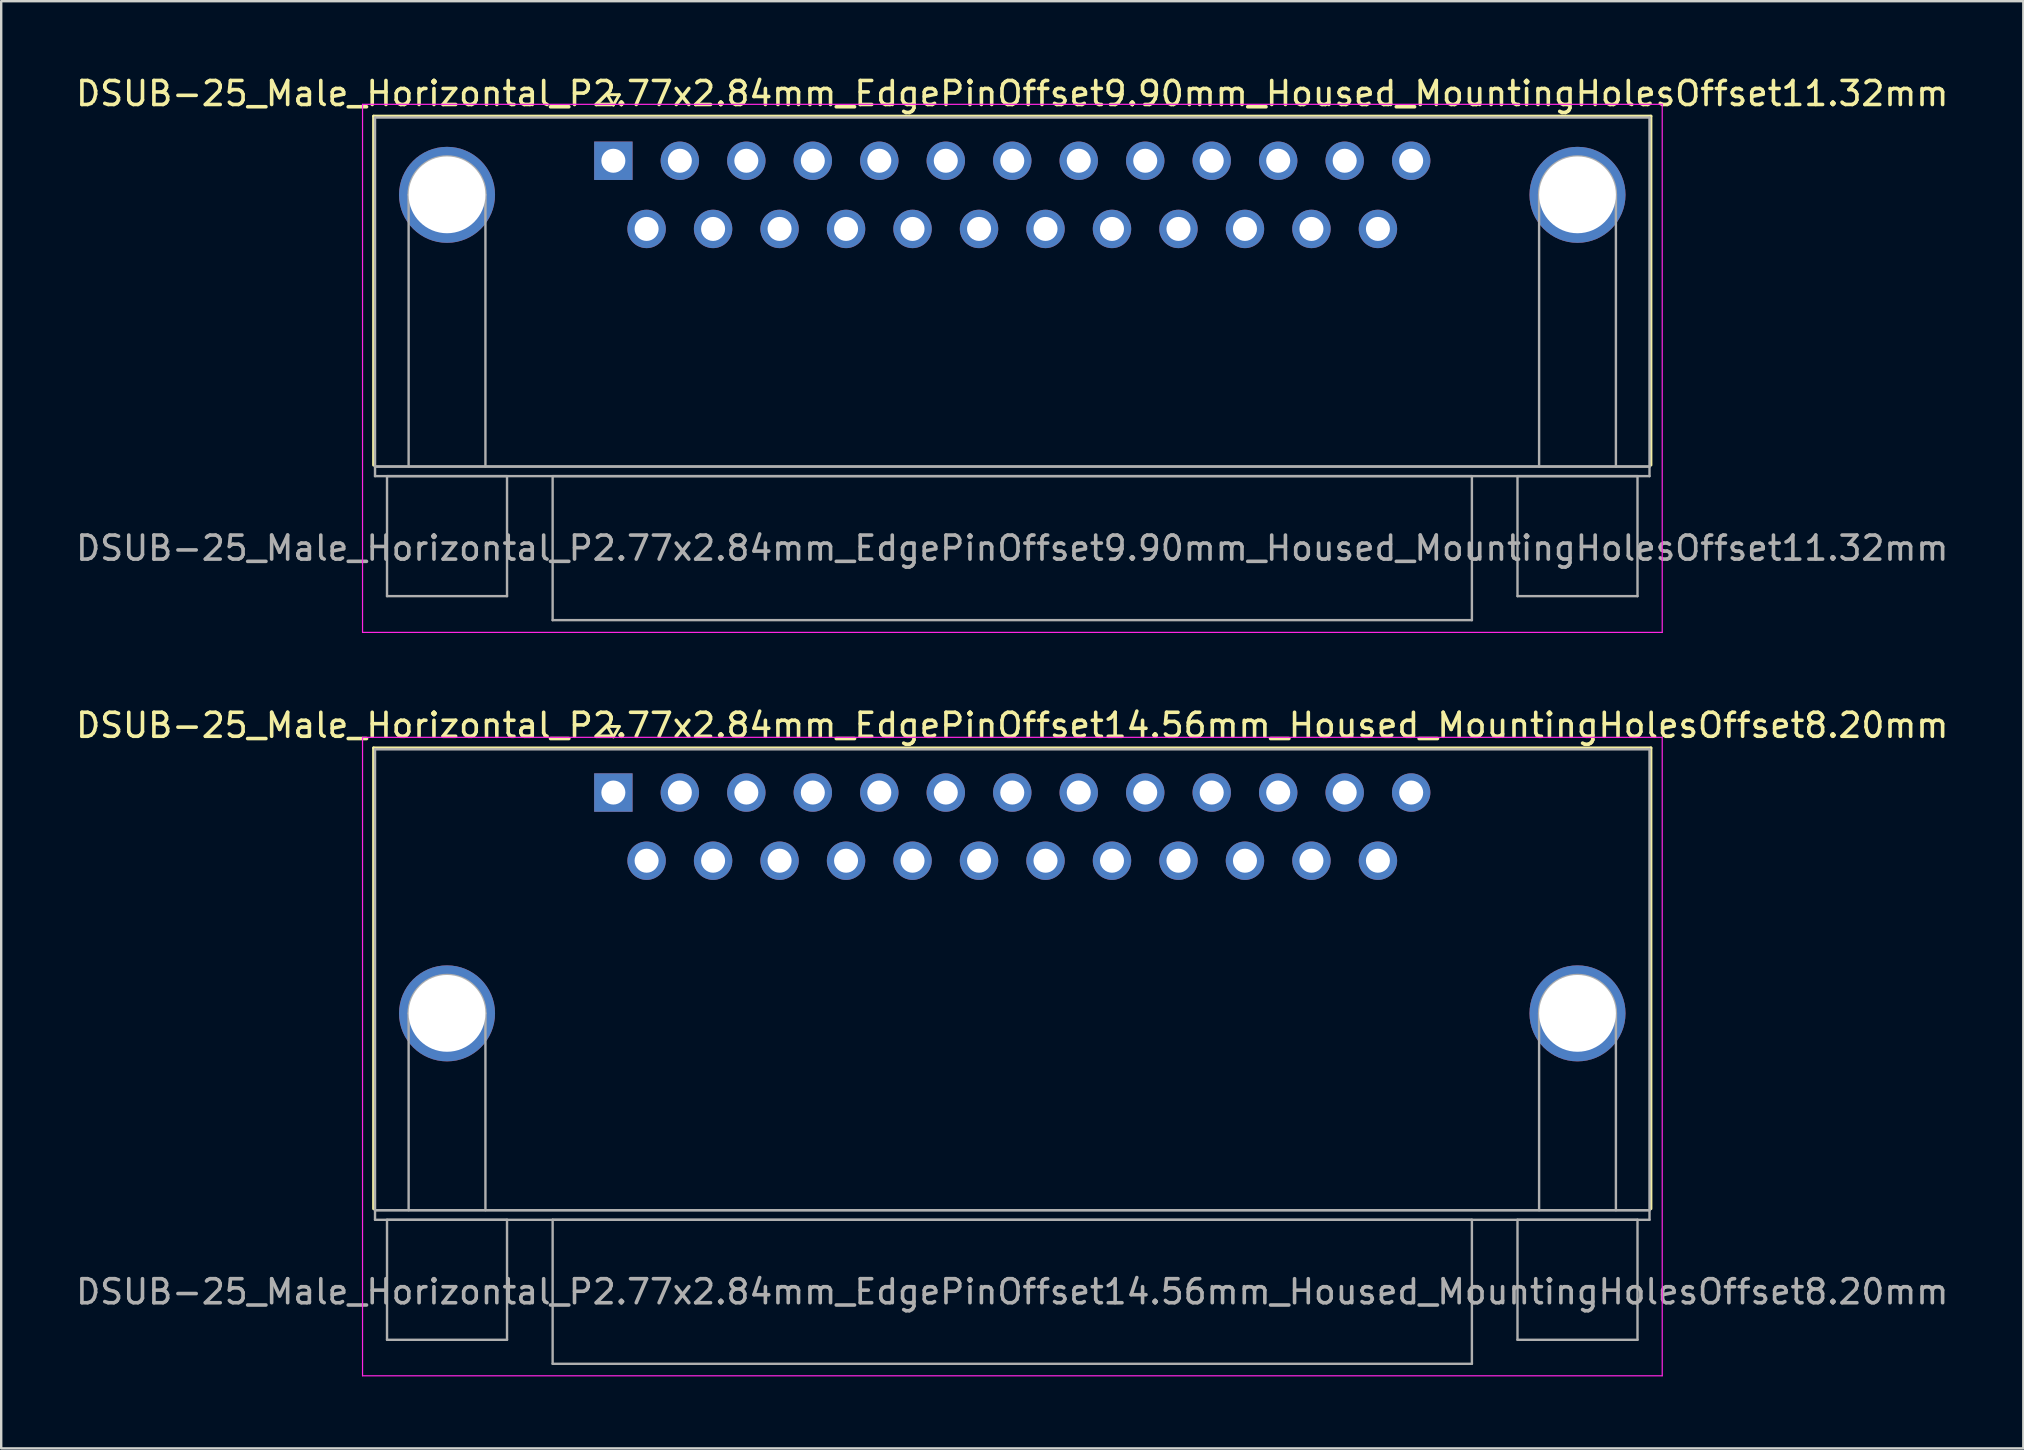
<source format=kicad_pcb>
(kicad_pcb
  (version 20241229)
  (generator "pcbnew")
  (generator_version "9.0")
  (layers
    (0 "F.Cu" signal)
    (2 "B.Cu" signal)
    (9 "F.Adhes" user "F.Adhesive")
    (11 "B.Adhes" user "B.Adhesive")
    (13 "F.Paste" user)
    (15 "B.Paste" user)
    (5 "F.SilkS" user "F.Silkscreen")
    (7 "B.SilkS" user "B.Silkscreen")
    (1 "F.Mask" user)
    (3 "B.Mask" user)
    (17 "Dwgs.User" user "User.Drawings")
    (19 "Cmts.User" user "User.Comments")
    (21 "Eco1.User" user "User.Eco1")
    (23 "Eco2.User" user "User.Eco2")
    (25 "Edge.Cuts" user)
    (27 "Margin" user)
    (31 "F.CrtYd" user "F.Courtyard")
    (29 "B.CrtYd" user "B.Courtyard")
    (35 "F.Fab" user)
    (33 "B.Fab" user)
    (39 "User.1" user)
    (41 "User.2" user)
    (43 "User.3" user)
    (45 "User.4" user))
  (footprint "DSUB-25_Male_Horizontal_P2.77x2.84mm_EdgePinOffset14.56mm_Housed_MountingHolesOffset8.20mm"
    (layer "F.Cu")
    (at 22.505 29.971)
    (property "Reference" "DSUB-25_Male_Horizontal_P2.77x2.84mm_EdgePinOffset14.56mm_Housed_MountingHolesOffset8.20mm" (at 16.62 -2.8 0) (layer "F.SilkS") (effects (font (size 1 1) (thickness 0.15))))
    (attr through_hole)
    (fp_line (start -9.99 -1.86) (end 43.23 -1.86) (stroke (width 0.12) (type solid)) (layer "F.SilkS"))
    (fp_line (start -9.99 17.34) (end -9.99 -1.86) (stroke (width 0.12) (type solid)) (layer "F.SilkS"))
    (fp_line (start -0.25 -2.754) (end 0.25 -2.754) (stroke (width 0.12) (type solid)) (layer "F.SilkS"))
    (fp_line (start 0 -2.321) (end -0.25 -2.754) (stroke (width 0.12) (type solid)) (layer "F.SilkS"))
    (fp_line (start 0.25 -2.754) (end 0 -2.321) (stroke (width 0.12) (type solid)) (layer "F.SilkS"))
    (fp_line (start 43.23 -1.86) (end 43.23 17.34) (stroke (width 0.12) (type solid)) (layer "F.SilkS"))
    (fp_line (start -10.45 -2.3) (end -10.45 24.3) (stroke (width 0.05) (type solid)) (layer "F.CrtYd"))
    (fp_line (start -10.45 24.3) (end 43.7 24.3) (stroke (width 0.05) (type solid)) (layer "F.CrtYd"))
    (fp_line (start 43.7 -2.3) (end -10.45 -2.3) (stroke (width 0.05) (type solid)) (layer "F.CrtYd"))
    (fp_line (start 43.7 24.3) (end 43.7 -2.3) (stroke (width 0.05) (type solid)) (layer "F.CrtYd"))
    (fp_line (start -9.93 -1.8) (end -9.93 17.4) (stroke (width 0.1) (type solid)) (layer "F.Fab"))
    (fp_line (start -9.93 17.4) (end -9.93 17.8) (stroke (width 0.1) (type solid)) (layer "F.Fab"))
    (fp_line (start -9.93 17.4) (end 43.17 17.4) (stroke (width 0.1) (type solid)) (layer "F.Fab"))
    (fp_line (start -9.93 17.8) (end 43.17 17.8) (stroke (width 0.1) (type solid)) (layer "F.Fab"))
    (fp_line (start -9.43 17.8) (end -9.43 22.8) (stroke (width 0.1) (type solid)) (layer "F.Fab"))
    (fp_line (start -9.43 22.8) (end -4.43 22.8) (stroke (width 0.1) (type solid)) (layer "F.Fab"))
    (fp_line (start -8.53 17.4) (end -8.53 9.2) (stroke (width 0.1) (type solid)) (layer "F.Fab"))
    (fp_line (start -5.33 17.4) (end -5.33 9.2) (stroke (width 0.1) (type solid)) (layer "F.Fab"))
    (fp_line (start -4.43 17.8) (end -9.43 17.8) (stroke (width 0.1) (type solid)) (layer "F.Fab"))
    (fp_line (start -4.43 22.8) (end -4.43 17.8) (stroke (width 0.1) (type solid)) (layer "F.Fab"))
    (fp_line (start -2.53 17.8) (end -2.53 23.8) (stroke (width 0.1) (type solid)) (layer "F.Fab"))
    (fp_line (start -2.53 23.8) (end 35.77 23.8) (stroke (width 0.1) (type solid)) (layer "F.Fab"))
    (fp_line (start 35.77 17.8) (end -2.53 17.8) (stroke (width 0.1) (type solid)) (layer "F.Fab"))
    (fp_line (start 35.77 23.8) (end 35.77 17.8) (stroke (width 0.1) (type solid)) (layer "F.Fab"))
    (fp_line (start 37.67 17.8) (end 37.67 22.8) (stroke (width 0.1) (type solid)) (layer "F.Fab"))
    (fp_line (start 37.67 22.8) (end 42.67 22.8) (stroke (width 0.1) (type solid)) (layer "F.Fab"))
    (fp_line (start 38.57 17.4) (end 38.57 9.2) (stroke (width 0.1) (type solid)) (layer "F.Fab"))
    (fp_line (start 41.77 17.4) (end 41.77 9.2) (stroke (width 0.1) (type solid)) (layer "F.Fab"))
    (fp_line (start 42.67 17.8) (end 37.67 17.8) (stroke (width 0.1) (type solid)) (layer "F.Fab"))
    (fp_line (start 42.67 22.8) (end 42.67 17.8) (stroke (width 0.1) (type solid)) (layer "F.Fab"))
    (fp_line (start 43.17 -1.8) (end -9.93 -1.8) (stroke (width 0.1) (type solid)) (layer "F.Fab"))
    (fp_line (start 43.17 17.4) (end -9.93 17.4) (stroke (width 0.1) (type solid)) (layer "F.Fab"))
    (fp_line (start 43.17 17.4) (end 43.17 -1.8) (stroke (width 0.1) (type solid)) (layer "F.Fab"))
    (fp_line (start 43.17 17.8) (end 43.17 17.4) (stroke (width 0.1) (type solid)) (layer "F.Fab"))
    (fp_arc (start -8.53 9.2) (mid -6.93 7.6) (end -5.33 9.2) (stroke (width 0.1) (type solid)) (layer "F.Fab"))
    (fp_arc (start 38.57 9.2) (mid 40.17 7.6) (end 41.77 9.2) (stroke (width 0.1) (type solid)) (layer "F.Fab"))
    (fp_text user "${REFERENCE}" (at 16.62 20.8 0) (layer "F.Fab") (effects (font (size 1 1) (thickness 0.15))))
    (pad "0" thru_hole circle (at -6.93 9.2) (size 4 4) (drill 3.2) (layers "*.Cu" "*.Mask"))
    (pad "0" thru_hole circle (at 40.17 9.2) (size 4 4) (drill 3.2) (layers "*.Cu" "*.Mask"))
    (pad "1" thru_hole rect (at 0 0) (size 1.6 1.6) (drill 1) (layers "*.Cu" "*.Mask"))
    (pad "2" thru_hole circle (at 2.77 0) (size 1.6 1.6) (drill 1) (layers "*.Cu" "*.Mask"))
    (pad "3" thru_hole circle (at 5.54 0) (size 1.6 1.6) (drill 1) (layers "*.Cu" "*.Mask"))
    (pad "4" thru_hole circle (at 8.31 0) (size 1.6 1.6) (drill 1) (layers "*.Cu" "*.Mask"))
    (pad "5" thru_hole circle (at 11.08 0) (size 1.6 1.6) (drill 1) (layers "*.Cu" "*.Mask"))
    (pad "6" thru_hole circle (at 13.85 0) (size 1.6 1.6) (drill 1) (layers "*.Cu" "*.Mask"))
    (pad "7" thru_hole circle (at 16.62 0) (size 1.6 1.6) (drill 1) (layers "*.Cu" "*.Mask"))
    (pad "8" thru_hole circle (at 19.39 0) (size 1.6 1.6) (drill 1) (layers "*.Cu" "*.Mask"))
    (pad "9" thru_hole circle (at 22.16 0) (size 1.6 1.6) (drill 1) (layers "*.Cu" "*.Mask"))
    (pad "10" thru_hole circle (at 24.93 0) (size 1.6 1.6) (drill 1) (layers "*.Cu" "*.Mask"))
    (pad "11" thru_hole circle (at 27.7 0) (size 1.6 1.6) (drill 1) (layers "*.Cu" "*.Mask"))
    (pad "12" thru_hole circle (at 30.47 0) (size 1.6 1.6) (drill 1) (layers "*.Cu" "*.Mask"))
    (pad "13" thru_hole circle (at 33.24 0) (size 1.6 1.6) (drill 1) (layers "*.Cu" "*.Mask"))
    (pad "14" thru_hole circle (at 1.385 2.84) (size 1.6 1.6) (drill 1) (layers "*.Cu" "*.Mask"))
    (pad "15" thru_hole circle (at 4.155 2.84) (size 1.6 1.6) (drill 1) (layers "*.Cu" "*.Mask"))
    (pad "16" thru_hole circle (at 6.925 2.84) (size 1.6 1.6) (drill 1) (layers "*.Cu" "*.Mask"))
    (pad "17" thru_hole circle (at 9.695 2.84) (size 1.6 1.6) (drill 1) (layers "*.Cu" "*.Mask"))
    (pad "18" thru_hole circle (at 12.465 2.84) (size 1.6 1.6) (drill 1) (layers "*.Cu" "*.Mask"))
    (pad "19" thru_hole circle (at 15.235 2.84) (size 1.6 1.6) (drill 1) (layers "*.Cu" "*.Mask"))
    (pad "20" thru_hole circle (at 18.005 2.84) (size 1.6 1.6) (drill 1) (layers "*.Cu" "*.Mask"))
    (pad "21" thru_hole circle (at 20.775 2.84) (size 1.6 1.6) (drill 1) (layers "*.Cu" "*.Mask"))
    (pad "22" thru_hole circle (at 23.545 2.84) (size 1.6 1.6) (drill 1) (layers "*.Cu" "*.Mask"))
    (pad "23" thru_hole circle (at 26.315 2.84) (size 1.6 1.6) (drill 1) (layers "*.Cu" "*.Mask"))
    (pad "24" thru_hole circle (at 29.085 2.84) (size 1.6 1.6) (drill 1) (layers "*.Cu" "*.Mask"))
    (pad "25" thru_hole circle (at 31.855 2.84) (size 1.6 1.6) (drill 1) (layers "*.Cu" "*.Mask")))
  (footprint "DSUB-25_Male_Horizontal_P2.77x2.84mm_EdgePinOffset9.90mm_Housed_MountingHolesOffset11.32mm"
    (layer "F.Cu")
    (at 22.505 3.648)
    (property "Reference" "DSUB-25_Male_Horizontal_P2.77x2.84mm_EdgePinOffset9.90mm_Housed_MountingHolesOffset11.32mm" (at 16.62 -2.8 0) (layer "F.SilkS") (effects (font (size 1 1) (thickness 0.15))))
    (attr through_hole)
    (fp_line (start -9.99 -1.86) (end 43.23 -1.86) (stroke (width 0.12) (type solid)) (layer "F.SilkS"))
    (fp_line (start -9.99 12.68) (end -9.99 -1.86) (stroke (width 0.12) (type solid)) (layer "F.SilkS"))
    (fp_line (start -0.25 -2.754) (end 0.25 -2.754) (stroke (width 0.12) (type solid)) (layer "F.SilkS"))
    (fp_line (start 0 -2.321) (end -0.25 -2.754) (stroke (width 0.12) (type solid)) (layer "F.SilkS"))
    (fp_line (start 0.25 -2.754) (end 0 -2.321) (stroke (width 0.12) (type solid)) (layer "F.SilkS"))
    (fp_line (start 43.23 -1.86) (end 43.23 12.68) (stroke (width 0.12) (type solid)) (layer "F.SilkS"))
    (fp_line (start -10.45 -2.35) (end -10.45 19.65) (stroke (width 0.05) (type solid)) (layer "F.CrtYd"))
    (fp_line (start -10.45 19.65) (end 43.7 19.65) (stroke (width 0.05) (type solid)) (layer "F.CrtYd"))
    (fp_line (start 43.7 -2.35) (end -10.45 -2.35) (stroke (width 0.05) (type solid)) (layer "F.CrtYd"))
    (fp_line (start 43.7 19.65) (end 43.7 -2.35) (stroke (width 0.05) (type solid)) (layer "F.CrtYd"))
    (fp_line (start -9.93 -1.8) (end -9.93 12.74) (stroke (width 0.1) (type solid)) (layer "F.Fab"))
    (fp_line (start -9.93 12.74) (end -9.93 13.14) (stroke (width 0.1) (type solid)) (layer "F.Fab"))
    (fp_line (start -9.93 12.74) (end 43.17 12.74) (stroke (width 0.1) (type solid)) (layer "F.Fab"))
    (fp_line (start -9.93 13.14) (end 43.17 13.14) (stroke (width 0.1) (type solid)) (layer "F.Fab"))
    (fp_line (start -9.43 13.14) (end -9.43 18.14) (stroke (width 0.1) (type solid)) (layer "F.Fab"))
    (fp_line (start -9.43 18.14) (end -4.43 18.14) (stroke (width 0.1) (type solid)) (layer "F.Fab"))
    (fp_line (start -8.53 12.74) (end -8.53 1.42) (stroke (width 0.1) (type solid)) (layer "F.Fab"))
    (fp_line (start -5.33 12.74) (end -5.33 1.42) (stroke (width 0.1) (type solid)) (layer "F.Fab"))
    (fp_line (start -4.43 13.14) (end -9.43 13.14) (stroke (width 0.1) (type solid)) (layer "F.Fab"))
    (fp_line (start -4.43 18.14) (end -4.43 13.14) (stroke (width 0.1) (type solid)) (layer "F.Fab"))
    (fp_line (start -2.53 13.14) (end -2.53 19.14) (stroke (width 0.1) (type solid)) (layer "F.Fab"))
    (fp_line (start -2.53 19.14) (end 35.77 19.14) (stroke (width 0.1) (type solid)) (layer "F.Fab"))
    (fp_line (start 35.77 13.14) (end -2.53 13.14) (stroke (width 0.1) (type solid)) (layer "F.Fab"))
    (fp_line (start 35.77 19.14) (end 35.77 13.14) (stroke (width 0.1) (type solid)) (layer "F.Fab"))
    (fp_line (start 37.67 13.14) (end 37.67 18.14) (stroke (width 0.1) (type solid)) (layer "F.Fab"))
    (fp_line (start 37.67 18.14) (end 42.67 18.14) (stroke (width 0.1) (type solid)) (layer "F.Fab"))
    (fp_line (start 38.57 12.74) (end 38.57 1.42) (stroke (width 0.1) (type solid)) (layer "F.Fab"))
    (fp_line (start 41.77 12.74) (end 41.77 1.42) (stroke (width 0.1) (type solid)) (layer "F.Fab"))
    (fp_line (start 42.67 13.14) (end 37.67 13.14) (stroke (width 0.1) (type solid)) (layer "F.Fab"))
    (fp_line (start 42.67 18.14) (end 42.67 13.14) (stroke (width 0.1) (type solid)) (layer "F.Fab"))
    (fp_line (start 43.17 -1.8) (end -9.93 -1.8) (stroke (width 0.1) (type solid)) (layer "F.Fab"))
    (fp_line (start 43.17 12.74) (end -9.93 12.74) (stroke (width 0.1) (type solid)) (layer "F.Fab"))
    (fp_line (start 43.17 12.74) (end 43.17 -1.8) (stroke (width 0.1) (type solid)) (layer "F.Fab"))
    (fp_line (start 43.17 13.14) (end 43.17 12.74) (stroke (width 0.1) (type solid)) (layer "F.Fab"))
    (fp_arc (start -8.53 1.42) (mid -6.93 -0.18) (end -5.33 1.42) (stroke (width 0.1) (type solid)) (layer "F.Fab"))
    (fp_arc (start 38.57 1.42) (mid 40.17 -0.18) (end 41.77 1.42) (stroke (width 0.1) (type solid)) (layer "F.Fab"))
    (fp_text user "${REFERENCE}" (at 16.62 16.14 0) (layer "F.Fab") (effects (font (size 1 1) (thickness 0.15))))
    (pad "0" thru_hole circle (at -6.93 1.42) (size 4 4) (drill 3.2) (layers "*.Cu" "*.Mask"))
    (pad "0" thru_hole circle (at 40.17 1.42) (size 4 4) (drill 3.2) (layers "*.Cu" "*.Mask"))
    (pad "1" thru_hole rect (at 0 0) (size 1.6 1.6) (drill 1) (layers "*.Cu" "*.Mask"))
    (pad "2" thru_hole circle (at 2.77 0) (size 1.6 1.6) (drill 1) (layers "*.Cu" "*.Mask"))
    (pad "3" thru_hole circle (at 5.54 0) (size 1.6 1.6) (drill 1) (layers "*.Cu" "*.Mask"))
    (pad "4" thru_hole circle (at 8.31 0) (size 1.6 1.6) (drill 1) (layers "*.Cu" "*.Mask"))
    (pad "5" thru_hole circle (at 11.08 0) (size 1.6 1.6) (drill 1) (layers "*.Cu" "*.Mask"))
    (pad "6" thru_hole circle (at 13.85 0) (size 1.6 1.6) (drill 1) (layers "*.Cu" "*.Mask"))
    (pad "7" thru_hole circle (at 16.62 0) (size 1.6 1.6) (drill 1) (layers "*.Cu" "*.Mask"))
    (pad "8" thru_hole circle (at 19.39 0) (size 1.6 1.6) (drill 1) (layers "*.Cu" "*.Mask"))
    (pad "9" thru_hole circle (at 22.16 0) (size 1.6 1.6) (drill 1) (layers "*.Cu" "*.Mask"))
    (pad "10" thru_hole circle (at 24.93 0) (size 1.6 1.6) (drill 1) (layers "*.Cu" "*.Mask"))
    (pad "11" thru_hole circle (at 27.7 0) (size 1.6 1.6) (drill 1) (layers "*.Cu" "*.Mask"))
    (pad "12" thru_hole circle (at 30.47 0) (size 1.6 1.6) (drill 1) (layers "*.Cu" "*.Mask"))
    (pad "13" thru_hole circle (at 33.24 0) (size 1.6 1.6) (drill 1) (layers "*.Cu" "*.Mask"))
    (pad "14" thru_hole circle (at 1.385 2.84) (size 1.6 1.6) (drill 1) (layers "*.Cu" "*.Mask"))
    (pad "15" thru_hole circle (at 4.155 2.84) (size 1.6 1.6) (drill 1) (layers "*.Cu" "*.Mask"))
    (pad "16" thru_hole circle (at 6.925 2.84) (size 1.6 1.6) (drill 1) (layers "*.Cu" "*.Mask"))
    (pad "17" thru_hole circle (at 9.695 2.84) (size 1.6 1.6) (drill 1) (layers "*.Cu" "*.Mask"))
    (pad "18" thru_hole circle (at 12.465 2.84) (size 1.6 1.6) (drill 1) (layers "*.Cu" "*.Mask"))
    (pad "19" thru_hole circle (at 15.235 2.84) (size 1.6 1.6) (drill 1) (layers "*.Cu" "*.Mask"))
    (pad "20" thru_hole circle (at 18.005 2.84) (size 1.6 1.6) (drill 1) (layers "*.Cu" "*.Mask"))
    (pad "21" thru_hole circle (at 20.775 2.84) (size 1.6 1.6) (drill 1) (layers "*.Cu" "*.Mask"))
    (pad "22" thru_hole circle (at 23.545 2.84) (size 1.6 1.6) (drill 1) (layers "*.Cu" "*.Mask"))
    (pad "23" thru_hole circle (at 26.315 2.84) (size 1.6 1.6) (drill 1) (layers "*.Cu" "*.Mask"))
    (pad "24" thru_hole circle (at 29.085 2.84) (size 1.6 1.6) (drill 1) (layers "*.Cu" "*.Mask"))
    (pad "25" thru_hole circle (at 31.855 2.84) (size 1.6 1.6) (drill 1) (layers "*.Cu" "*.Mask")))
  (gr_rect
    (start -3 -3)
    (end 81.25 57.297)
    (stroke (width 0.1) (type default))
    (fill no)
    (layer "Edge.Cuts")))
</source>
